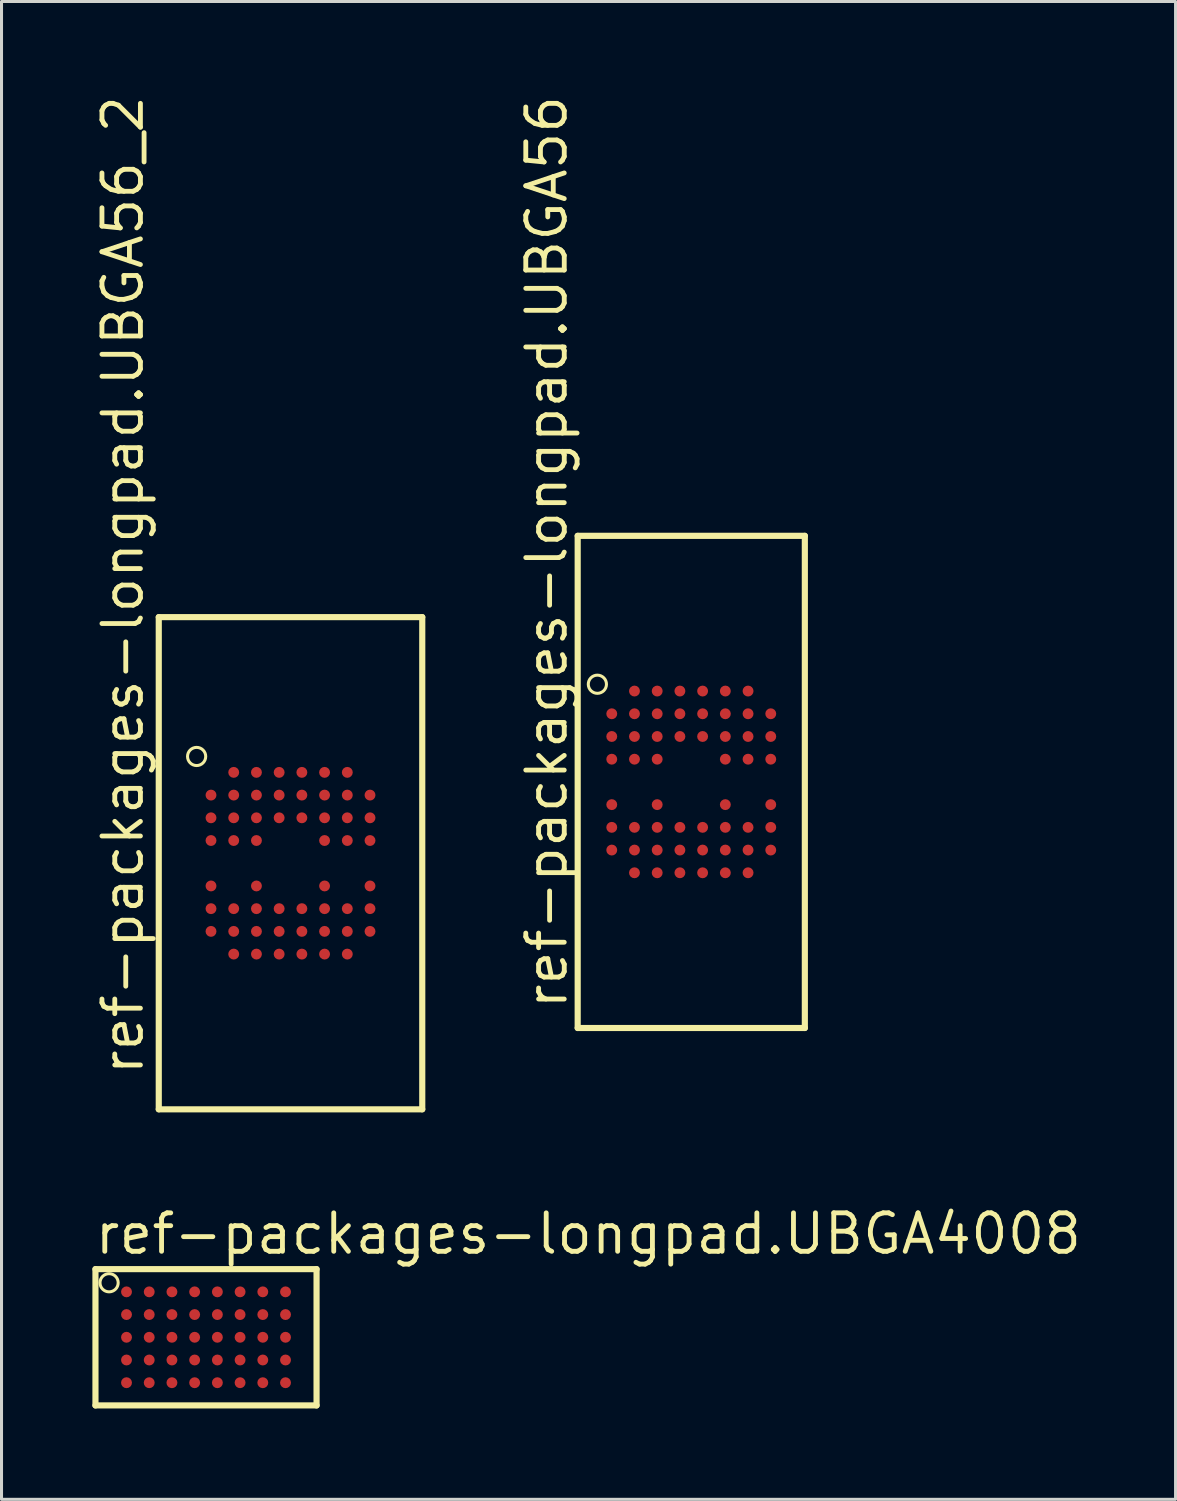
<source format=kicad_pcb>
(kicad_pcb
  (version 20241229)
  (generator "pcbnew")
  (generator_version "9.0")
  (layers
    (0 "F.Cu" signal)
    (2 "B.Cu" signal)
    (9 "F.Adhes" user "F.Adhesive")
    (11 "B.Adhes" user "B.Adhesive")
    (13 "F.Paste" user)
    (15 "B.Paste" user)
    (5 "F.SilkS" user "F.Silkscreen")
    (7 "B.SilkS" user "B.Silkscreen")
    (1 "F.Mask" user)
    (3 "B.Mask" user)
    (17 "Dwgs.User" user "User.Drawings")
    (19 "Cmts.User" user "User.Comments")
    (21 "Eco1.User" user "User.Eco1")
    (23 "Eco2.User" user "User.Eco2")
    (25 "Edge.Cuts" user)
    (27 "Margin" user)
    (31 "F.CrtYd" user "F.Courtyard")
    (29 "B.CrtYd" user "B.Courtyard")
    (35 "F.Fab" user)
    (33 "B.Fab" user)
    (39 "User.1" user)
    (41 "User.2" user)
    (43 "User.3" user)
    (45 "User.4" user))
  (footprint "ref-packages-longpad.UBGA56_2"
    (layer "F.Cu")
    (at 6.542 25.452)
    (property "Reference" "ref-packages-longpad.UBGA56_2" (at -4.792 7.068 90) (layer "F.SilkS") (effects (font (size 1.27 1.27) (thickness 0.16)) (justify left bottom)))
    (attr smd)
    (fp_line (start -4.35 -8.125) (end -4.35 8.125) (stroke (width 0.203) (type default)) (layer "F.SilkS"))
    (fp_line (start -4.35 8.125) (end 4.35 8.125) (stroke (width 0.203) (type default)) (layer "F.SilkS"))
    (fp_line (start 4.35 -8.125) (end -4.35 -8.125) (stroke (width 0.203) (type default)) (layer "F.SilkS"))
    (fp_line (start 4.35 8.125) (end 4.35 -8.125) (stroke (width 0.203) (type default)) (layer "F.SilkS"))
    (fp_circle (center -3.1 -3.525) (end -2.8 -3.525) (stroke (width 0.1) (type default)) (fill no) (layer "F.SilkS"))
    (pad "A2" smd roundrect (at -1.875 -3) (size 0.36 0.36) (layers "F.Cu" "F.Mask" "F.Paste") (roundrect_rratio 0.5))
    (pad "A3" smd roundrect (at -1.125 -3) (size 0.36 0.36) (layers "F.Cu" "F.Mask" "F.Paste") (roundrect_rratio 0.5))
    (pad "A4" smd roundrect (at -0.375 -3) (size 0.36 0.36) (layers "F.Cu" "F.Mask" "F.Paste") (roundrect_rratio 0.5))
    (pad "A5" smd roundrect (at 0.375 -3) (size 0.36 0.36) (layers "F.Cu" "F.Mask" "F.Paste") (roundrect_rratio 0.5))
    (pad "A6" smd roundrect (at 1.125 -3) (size 0.36 0.36) (layers "F.Cu" "F.Mask" "F.Paste") (roundrect_rratio 0.5))
    (pad "A7" smd roundrect (at 1.875 -3) (size 0.36 0.36) (layers "F.Cu" "F.Mask" "F.Paste") (roundrect_rratio 0.5))
    (pad "B1" smd roundrect (at -2.625 -2.25) (size 0.36 0.36) (layers "F.Cu" "F.Mask" "F.Paste") (roundrect_rratio 0.5))
    (pad "B2" smd roundrect (at -1.875 -2.25) (size 0.36 0.36) (layers "F.Cu" "F.Mask" "F.Paste") (roundrect_rratio 0.5))
    (pad "B3" smd roundrect (at -1.125 -2.25) (size 0.36 0.36) (layers "F.Cu" "F.Mask" "F.Paste") (roundrect_rratio 0.5))
    (pad "B4" smd roundrect (at -0.375 -2.25) (size 0.36 0.36) (layers "F.Cu" "F.Mask" "F.Paste") (roundrect_rratio 0.5))
    (pad "B5" smd roundrect (at 0.375 -2.25) (size 0.36 0.36) (layers "F.Cu" "F.Mask" "F.Paste") (roundrect_rratio 0.5))
    (pad "B6" smd roundrect (at 1.125 -2.25) (size 0.36 0.36) (layers "F.Cu" "F.Mask" "F.Paste") (roundrect_rratio 0.5))
    (pad "B7" smd roundrect (at 1.875 -2.25) (size 0.36 0.36) (layers "F.Cu" "F.Mask" "F.Paste") (roundrect_rratio 0.5))
    (pad "B8" smd roundrect (at 2.625 -2.25) (size 0.36 0.36) (layers "F.Cu" "F.Mask" "F.Paste") (roundrect_rratio 0.5))
    (pad "C1" smd roundrect (at -2.625 -1.5) (size 0.36 0.36) (layers "F.Cu" "F.Mask" "F.Paste") (roundrect_rratio 0.5))
    (pad "C2" smd roundrect (at -1.875 -1.5) (size 0.36 0.36) (layers "F.Cu" "F.Mask" "F.Paste") (roundrect_rratio 0.5))
    (pad "C3" smd roundrect (at -1.125 -1.5) (size 0.36 0.36) (layers "F.Cu" "F.Mask" "F.Paste") (roundrect_rratio 0.5))
    (pad "C4" smd roundrect (at -0.375 -1.5) (size 0.36 0.36) (layers "F.Cu" "F.Mask" "F.Paste") (roundrect_rratio 0.5))
    (pad "C5" smd roundrect (at 0.375 -1.5) (size 0.36 0.36) (layers "F.Cu" "F.Mask" "F.Paste") (roundrect_rratio 0.5))
    (pad "C6" smd roundrect (at 1.125 -1.5) (size 0.36 0.36) (layers "F.Cu" "F.Mask" "F.Paste") (roundrect_rratio 0.5))
    (pad "C7" smd roundrect (at 1.875 -1.5) (size 0.36 0.36) (layers "F.Cu" "F.Mask" "F.Paste") (roundrect_rratio 0.5))
    (pad "C8" smd roundrect (at 2.625 -1.5) (size 0.36 0.36) (layers "F.Cu" "F.Mask" "F.Paste") (roundrect_rratio 0.5))
    (pad "D1" smd roundrect (at -2.625 -0.75) (size 0.36 0.36) (layers "F.Cu" "F.Mask" "F.Paste") (roundrect_rratio 0.5))
    (pad "D2" smd roundrect (at -1.875 -0.75) (size 0.36 0.36) (layers "F.Cu" "F.Mask" "F.Paste") (roundrect_rratio 0.5))
    (pad "D3" smd roundrect (at -1.125 -0.75) (size 0.36 0.36) (layers "F.Cu" "F.Mask" "F.Paste") (roundrect_rratio 0.5))
    (pad "D6" smd roundrect (at 1.125 -0.75) (size 0.36 0.36) (layers "F.Cu" "F.Mask" "F.Paste") (roundrect_rratio 0.5))
    (pad "D7" smd roundrect (at 1.875 -0.75) (size 0.36 0.36) (layers "F.Cu" "F.Mask" "F.Paste") (roundrect_rratio 0.5))
    (pad "D8" smd roundrect (at 2.625 -0.75) (size 0.36 0.36) (layers "F.Cu" "F.Mask" "F.Paste") (roundrect_rratio 0.5))
    (pad "F1" smd roundrect (at -2.625 0.75) (size 0.36 0.36) (layers "F.Cu" "F.Mask" "F.Paste") (roundrect_rratio 0.5))
    (pad "F3" smd roundrect (at -1.125 0.75) (size 0.36 0.36) (layers "F.Cu" "F.Mask" "F.Paste") (roundrect_rratio 0.5))
    (pad "F6" smd roundrect (at 1.125 0.75) (size 0.36 0.36) (layers "F.Cu" "F.Mask" "F.Paste") (roundrect_rratio 0.5))
    (pad "F8" smd roundrect (at 2.625 0.75) (size 0.36 0.36) (layers "F.Cu" "F.Mask" "F.Paste") (roundrect_rratio 0.5))
    (pad "G1" smd roundrect (at -2.625 1.5) (size 0.36 0.36) (layers "F.Cu" "F.Mask" "F.Paste") (roundrect_rratio 0.5))
    (pad "G2" smd roundrect (at -1.875 1.5) (size 0.36 0.36) (layers "F.Cu" "F.Mask" "F.Paste") (roundrect_rratio 0.5))
    (pad "G3" smd roundrect (at -1.125 1.5) (size 0.36 0.36) (layers "F.Cu" "F.Mask" "F.Paste") (roundrect_rratio 0.5))
    (pad "G4" smd roundrect (at -0.375 1.5) (size 0.36 0.36) (layers "F.Cu" "F.Mask" "F.Paste") (roundrect_rratio 0.5))
    (pad "G5" smd roundrect (at 0.375 1.5) (size 0.36 0.36) (layers "F.Cu" "F.Mask" "F.Paste") (roundrect_rratio 0.5))
    (pad "G6" smd roundrect (at 1.125 1.5) (size 0.36 0.36) (layers "F.Cu" "F.Mask" "F.Paste") (roundrect_rratio 0.5))
    (pad "G7" smd roundrect (at 1.875 1.5) (size 0.36 0.36) (layers "F.Cu" "F.Mask" "F.Paste") (roundrect_rratio 0.5))
    (pad "G8" smd roundrect (at 2.625 1.5) (size 0.36 0.36) (layers "F.Cu" "F.Mask" "F.Paste") (roundrect_rratio 0.5))
    (pad "H1" smd roundrect (at -2.625 2.25) (size 0.36 0.36) (layers "F.Cu" "F.Mask" "F.Paste") (roundrect_rratio 0.5))
    (pad "H2" smd roundrect (at -1.875 2.25) (size 0.36 0.36) (layers "F.Cu" "F.Mask" "F.Paste") (roundrect_rratio 0.5))
    (pad "H3" smd roundrect (at -1.125 2.25) (size 0.36 0.36) (layers "F.Cu" "F.Mask" "F.Paste") (roundrect_rratio 0.5))
    (pad "H4" smd roundrect (at -0.375 2.25) (size 0.36 0.36) (layers "F.Cu" "F.Mask" "F.Paste") (roundrect_rratio 0.5))
    (pad "H5" smd roundrect (at 0.375 2.25) (size 0.36 0.36) (layers "F.Cu" "F.Mask" "F.Paste") (roundrect_rratio 0.5))
    (pad "H6" smd roundrect (at 1.125 2.25) (size 0.36 0.36) (layers "F.Cu" "F.Mask" "F.Paste") (roundrect_rratio 0.5))
    (pad "H7" smd roundrect (at 1.875 2.25) (size 0.36 0.36) (layers "F.Cu" "F.Mask" "F.Paste") (roundrect_rratio 0.5))
    (pad "H8" smd roundrect (at 2.625 2.25) (size 0.36 0.36) (layers "F.Cu" "F.Mask" "F.Paste") (roundrect_rratio 0.5))
    (pad "I2" smd roundrect (at -1.875 3) (size 0.36 0.36) (layers "F.Cu" "F.Mask" "F.Paste") (roundrect_rratio 0.5))
    (pad "I3" smd roundrect (at -1.125 3) (size 0.36 0.36) (layers "F.Cu" "F.Mask" "F.Paste") (roundrect_rratio 0.5))
    (pad "I4" smd roundrect (at -0.375 3) (size 0.36 0.36) (layers "F.Cu" "F.Mask" "F.Paste") (roundrect_rratio 0.5))
    (pad "I5" smd roundrect (at 0.375 3) (size 0.36 0.36) (layers "F.Cu" "F.Mask" "F.Paste") (roundrect_rratio 0.5))
    (pad "I6" smd roundrect (at 1.125 3) (size 0.36 0.36) (layers "F.Cu" "F.Mask" "F.Paste") (roundrect_rratio 0.5))
    (pad "I7" smd roundrect (at 1.875 3) (size 0.36 0.36) (layers "F.Cu" "F.Mask" "F.Paste") (roundrect_rratio 0.5)))
  (footprint "ref-packages-longpad.UBGA56"
    (layer "F.Cu")
    (at 19.774 22.767)
    (property "Reference" "ref-packages-longpad.UBGA56" (at -4.03 7.576 90) (layer "F.SilkS") (effects (font (size 1.27 1.27) (thickness 0.16)) (justify left bottom)))
    (attr smd)
    (fp_line (start -3.75 -8.125) (end -3.75 8.125) (stroke (width 0.203) (type default)) (layer "F.SilkS"))
    (fp_line (start -3.75 8.125) (end 3.75 8.125) (stroke (width 0.203) (type default)) (layer "F.SilkS"))
    (fp_line (start 3.75 -8.125) (end -3.75 -8.125) (stroke (width 0.203) (type default)) (layer "F.SilkS"))
    (fp_line (start 3.75 8.125) (end 3.75 -8.125) (stroke (width 0.203) (type default)) (layer "F.SilkS"))
    (fp_circle (center -3.1 -3.225) (end -2.8 -3.225) (stroke (width 0.1) (type default)) (fill no) (layer "F.SilkS"))
    (pad "A2" smd roundrect (at -1.875 -3) (size 0.36 0.36) (layers "F.Cu" "F.Mask" "F.Paste") (roundrect_rratio 0.5))
    (pad "A3" smd roundrect (at -1.125 -3) (size 0.36 0.36) (layers "F.Cu" "F.Mask" "F.Paste") (roundrect_rratio 0.5))
    (pad "A4" smd roundrect (at -0.375 -3) (size 0.36 0.36) (layers "F.Cu" "F.Mask" "F.Paste") (roundrect_rratio 0.5))
    (pad "A5" smd roundrect (at 0.375 -3) (size 0.36 0.36) (layers "F.Cu" "F.Mask" "F.Paste") (roundrect_rratio 0.5))
    (pad "A6" smd roundrect (at 1.125 -3) (size 0.36 0.36) (layers "F.Cu" "F.Mask" "F.Paste") (roundrect_rratio 0.5))
    (pad "A7" smd roundrect (at 1.875 -3) (size 0.36 0.36) (layers "F.Cu" "F.Mask" "F.Paste") (roundrect_rratio 0.5))
    (pad "B1" smd roundrect (at -2.625 -2.25) (size 0.36 0.36) (layers "F.Cu" "F.Mask" "F.Paste") (roundrect_rratio 0.5))
    (pad "B2" smd roundrect (at -1.875 -2.25) (size 0.36 0.36) (layers "F.Cu" "F.Mask" "F.Paste") (roundrect_rratio 0.5))
    (pad "B3" smd roundrect (at -1.125 -2.25) (size 0.36 0.36) (layers "F.Cu" "F.Mask" "F.Paste") (roundrect_rratio 0.5))
    (pad "B4" smd roundrect (at -0.375 -2.25) (size 0.36 0.36) (layers "F.Cu" "F.Mask" "F.Paste") (roundrect_rratio 0.5))
    (pad "B5" smd roundrect (at 0.375 -2.25) (size 0.36 0.36) (layers "F.Cu" "F.Mask" "F.Paste") (roundrect_rratio 0.5))
    (pad "B6" smd roundrect (at 1.125 -2.25) (size 0.36 0.36) (layers "F.Cu" "F.Mask" "F.Paste") (roundrect_rratio 0.5))
    (pad "B7" smd roundrect (at 1.875 -2.25) (size 0.36 0.36) (layers "F.Cu" "F.Mask" "F.Paste") (roundrect_rratio 0.5))
    (pad "B8" smd roundrect (at 2.625 -2.25) (size 0.36 0.36) (layers "F.Cu" "F.Mask" "F.Paste") (roundrect_rratio 0.5))
    (pad "C1" smd roundrect (at -2.625 -1.5) (size 0.36 0.36) (layers "F.Cu" "F.Mask" "F.Paste") (roundrect_rratio 0.5))
    (pad "C2" smd roundrect (at -1.875 -1.5) (size 0.36 0.36) (layers "F.Cu" "F.Mask" "F.Paste") (roundrect_rratio 0.5))
    (pad "C3" smd roundrect (at -1.125 -1.5) (size 0.36 0.36) (layers "F.Cu" "F.Mask" "F.Paste") (roundrect_rratio 0.5))
    (pad "C4" smd roundrect (at -0.375 -1.5) (size 0.36 0.36) (layers "F.Cu" "F.Mask" "F.Paste") (roundrect_rratio 0.5))
    (pad "C5" smd roundrect (at 0.375 -1.5) (size 0.36 0.36) (layers "F.Cu" "F.Mask" "F.Paste") (roundrect_rratio 0.5))
    (pad "C6" smd roundrect (at 1.125 -1.5) (size 0.36 0.36) (layers "F.Cu" "F.Mask" "F.Paste") (roundrect_rratio 0.5))
    (pad "C7" smd roundrect (at 1.875 -1.5) (size 0.36 0.36) (layers "F.Cu" "F.Mask" "F.Paste") (roundrect_rratio 0.5))
    (pad "C8" smd roundrect (at 2.625 -1.5) (size 0.36 0.36) (layers "F.Cu" "F.Mask" "F.Paste") (roundrect_rratio 0.5))
    (pad "D1" smd roundrect (at -2.625 -0.75) (size 0.36 0.36) (layers "F.Cu" "F.Mask" "F.Paste") (roundrect_rratio 0.5))
    (pad "D2" smd roundrect (at -1.875 -0.75) (size 0.36 0.36) (layers "F.Cu" "F.Mask" "F.Paste") (roundrect_rratio 0.5))
    (pad "D3" smd roundrect (at -1.125 -0.75) (size 0.36 0.36) (layers "F.Cu" "F.Mask" "F.Paste") (roundrect_rratio 0.5))
    (pad "D6" smd roundrect (at 1.125 -0.75) (size 0.36 0.36) (layers "F.Cu" "F.Mask" "F.Paste") (roundrect_rratio 0.5))
    (pad "D7" smd roundrect (at 1.875 -0.75) (size 0.36 0.36) (layers "F.Cu" "F.Mask" "F.Paste") (roundrect_rratio 0.5))
    (pad "D8" smd roundrect (at 2.625 -0.75) (size 0.36 0.36) (layers "F.Cu" "F.Mask" "F.Paste") (roundrect_rratio 0.5))
    (pad "F1" smd roundrect (at -2.625 0.75) (size 0.36 0.36) (layers "F.Cu" "F.Mask" "F.Paste") (roundrect_rratio 0.5))
    (pad "F3" smd roundrect (at -1.125 0.75) (size 0.36 0.36) (layers "F.Cu" "F.Mask" "F.Paste") (roundrect_rratio 0.5))
    (pad "F6" smd roundrect (at 1.125 0.75) (size 0.36 0.36) (layers "F.Cu" "F.Mask" "F.Paste") (roundrect_rratio 0.5))
    (pad "F8" smd roundrect (at 2.625 0.75) (size 0.36 0.36) (layers "F.Cu" "F.Mask" "F.Paste") (roundrect_rratio 0.5))
    (pad "G1" smd roundrect (at -2.625 1.5) (size 0.36 0.36) (layers "F.Cu" "F.Mask" "F.Paste") (roundrect_rratio 0.5))
    (pad "G2" smd roundrect (at -1.875 1.5) (size 0.36 0.36) (layers "F.Cu" "F.Mask" "F.Paste") (roundrect_rratio 0.5))
    (pad "G3" smd roundrect (at -1.125 1.5) (size 0.36 0.36) (layers "F.Cu" "F.Mask" "F.Paste") (roundrect_rratio 0.5))
    (pad "G4" smd roundrect (at -0.375 1.5) (size 0.36 0.36) (layers "F.Cu" "F.Mask" "F.Paste") (roundrect_rratio 0.5))
    (pad "G5" smd roundrect (at 0.375 1.5) (size 0.36 0.36) (layers "F.Cu" "F.Mask" "F.Paste") (roundrect_rratio 0.5))
    (pad "G6" smd roundrect (at 1.125 1.5) (size 0.36 0.36) (layers "F.Cu" "F.Mask" "F.Paste") (roundrect_rratio 0.5))
    (pad "G7" smd roundrect (at 1.875 1.5) (size 0.36 0.36) (layers "F.Cu" "F.Mask" "F.Paste") (roundrect_rratio 0.5))
    (pad "G8" smd roundrect (at 2.625 1.5) (size 0.36 0.36) (layers "F.Cu" "F.Mask" "F.Paste") (roundrect_rratio 0.5))
    (pad "H1" smd roundrect (at -2.625 2.25) (size 0.36 0.36) (layers "F.Cu" "F.Mask" "F.Paste") (roundrect_rratio 0.5))
    (pad "H2" smd roundrect (at -1.875 2.25) (size 0.36 0.36) (layers "F.Cu" "F.Mask" "F.Paste") (roundrect_rratio 0.5))
    (pad "H3" smd roundrect (at -1.125 2.25) (size 0.36 0.36) (layers "F.Cu" "F.Mask" "F.Paste") (roundrect_rratio 0.5))
    (pad "H4" smd roundrect (at -0.375 2.25) (size 0.36 0.36) (layers "F.Cu" "F.Mask" "F.Paste") (roundrect_rratio 0.5))
    (pad "H5" smd roundrect (at 0.375 2.25) (size 0.36 0.36) (layers "F.Cu" "F.Mask" "F.Paste") (roundrect_rratio 0.5))
    (pad "H6" smd roundrect (at 1.125 2.25) (size 0.36 0.36) (layers "F.Cu" "F.Mask" "F.Paste") (roundrect_rratio 0.5))
    (pad "H7" smd roundrect (at 1.875 2.25) (size 0.36 0.36) (layers "F.Cu" "F.Mask" "F.Paste") (roundrect_rratio 0.5))
    (pad "H8" smd roundrect (at 2.625 2.25) (size 0.36 0.36) (layers "F.Cu" "F.Mask" "F.Paste") (roundrect_rratio 0.5))
    (pad "I2" smd roundrect (at -1.875 3) (size 0.36 0.36) (layers "F.Cu" "F.Mask" "F.Paste") (roundrect_rratio 0.5))
    (pad "I3" smd roundrect (at -1.125 3) (size 0.36 0.36) (layers "F.Cu" "F.Mask" "F.Paste") (roundrect_rratio 0.5))
    (pad "I4" smd roundrect (at -0.375 3) (size 0.36 0.36) (layers "F.Cu" "F.Mask" "F.Paste") (roundrect_rratio 0.5))
    (pad "I5" smd roundrect (at 0.375 3) (size 0.36 0.36) (layers "F.Cu" "F.Mask" "F.Paste") (roundrect_rratio 0.5))
    (pad "I6" smd roundrect (at 1.125 3) (size 0.36 0.36) (layers "F.Cu" "F.Mask" "F.Paste") (roundrect_rratio 0.5))
    (pad "I7" smd roundrect (at 1.875 3) (size 0.36 0.36) (layers "F.Cu" "F.Mask" "F.Paste") (roundrect_rratio 0.5)))
  (footprint "ref-packages-longpad.UBGA4008"
    (layer "F.Cu")
    (at 3.752 41.104)
    (property "Reference" "ref-packages-longpad.UBGA4008" (at -3.75 -2.675 0) (layer "F.SilkS") (effects (font (size 1.27 1.27) (thickness 0.16)) (justify left bottom)))
    (attr smd)
    (fp_line (start -3.65 -2.25) (end -3.65 2.25) (stroke (width 0.203) (type default)) (layer "F.SilkS"))
    (fp_line (start -3.65 2.25) (end 3.65 2.25) (stroke (width 0.203) (type default)) (layer "F.SilkS"))
    (fp_line (start 3.65 -2.25) (end -3.65 -2.25) (stroke (width 0.203) (type default)) (layer "F.SilkS"))
    (fp_line (start 3.65 2.25) (end 3.65 -2.25) (stroke (width 0.203) (type default)) (layer "F.SilkS"))
    (fp_circle (center -3.2 -1.8) (end -2.9 -1.8) (stroke (width 0.1) (type default)) (fill no) (layer "F.SilkS"))
    (pad "A1" smd roundrect (at -2.625 -1.5) (size 0.36 0.36) (layers "F.Cu" "F.Mask" "F.Paste") (roundrect_rratio 0.5))
    (pad "A2" smd roundrect (at -1.875 -1.5) (size 0.36 0.36) (layers "F.Cu" "F.Mask" "F.Paste") (roundrect_rratio 0.5))
    (pad "A3" smd roundrect (at -1.125 -1.5) (size 0.36 0.36) (layers "F.Cu" "F.Mask" "F.Paste") (roundrect_rratio 0.5))
    (pad "A4" smd roundrect (at -0.375 -1.5) (size 0.36 0.36) (layers "F.Cu" "F.Mask" "F.Paste") (roundrect_rratio 0.5))
    (pad "A5" smd roundrect (at 0.375 -1.5) (size 0.36 0.36) (layers "F.Cu" "F.Mask" "F.Paste") (roundrect_rratio 0.5))
    (pad "A6" smd roundrect (at 1.125 -1.5) (size 0.36 0.36) (layers "F.Cu" "F.Mask" "F.Paste") (roundrect_rratio 0.5))
    (pad "A7" smd roundrect (at 1.875 -1.5) (size 0.36 0.36) (layers "F.Cu" "F.Mask" "F.Paste") (roundrect_rratio 0.5))
    (pad "A8" smd roundrect (at 2.625 -1.5) (size 0.36 0.36) (layers "F.Cu" "F.Mask" "F.Paste") (roundrect_rratio 0.5))
    (pad "B1" smd roundrect (at -2.625 -0.75) (size 0.36 0.36) (layers "F.Cu" "F.Mask" "F.Paste") (roundrect_rratio 0.5))
    (pad "B2" smd roundrect (at -1.875 -0.75) (size 0.36 0.36) (layers "F.Cu" "F.Mask" "F.Paste") (roundrect_rratio 0.5))
    (pad "B3" smd roundrect (at -1.125 -0.75) (size 0.36 0.36) (layers "F.Cu" "F.Mask" "F.Paste") (roundrect_rratio 0.5))
    (pad "B4" smd roundrect (at -0.375 -0.75) (size 0.36 0.36) (layers "F.Cu" "F.Mask" "F.Paste") (roundrect_rratio 0.5))
    (pad "B5" smd roundrect (at 0.375 -0.75) (size 0.36 0.36) (layers "F.Cu" "F.Mask" "F.Paste") (roundrect_rratio 0.5))
    (pad "B6" smd roundrect (at 1.125 -0.75) (size 0.36 0.36) (layers "F.Cu" "F.Mask" "F.Paste") (roundrect_rratio 0.5))
    (pad "B7" smd roundrect (at 1.875 -0.75) (size 0.36 0.36) (layers "F.Cu" "F.Mask" "F.Paste") (roundrect_rratio 0.5))
    (pad "B8" smd roundrect (at 2.625 -0.75) (size 0.36 0.36) (layers "F.Cu" "F.Mask" "F.Paste") (roundrect_rratio 0.5))
    (pad "C1" smd roundrect (at -2.625 0) (size 0.36 0.36) (layers "F.Cu" "F.Mask" "F.Paste") (roundrect_rratio 0.5))
    (pad "C2" smd roundrect (at -1.875 0) (size 0.36 0.36) (layers "F.Cu" "F.Mask" "F.Paste") (roundrect_rratio 0.5))
    (pad "C3" smd roundrect (at -1.125 0) (size 0.36 0.36) (layers "F.Cu" "F.Mask" "F.Paste") (roundrect_rratio 0.5))
    (pad "C4" smd roundrect (at -0.375 0) (size 0.36 0.36) (layers "F.Cu" "F.Mask" "F.Paste") (roundrect_rratio 0.5))
    (pad "C5" smd roundrect (at 0.375 0) (size 0.36 0.36) (layers "F.Cu" "F.Mask" "F.Paste") (roundrect_rratio 0.5))
    (pad "C6" smd roundrect (at 1.125 0) (size 0.36 0.36) (layers "F.Cu" "F.Mask" "F.Paste") (roundrect_rratio 0.5))
    (pad "C7" smd roundrect (at 1.875 0) (size 0.36 0.36) (layers "F.Cu" "F.Mask" "F.Paste") (roundrect_rratio 0.5))
    (pad "C8" smd roundrect (at 2.625 0) (size 0.36 0.36) (layers "F.Cu" "F.Mask" "F.Paste") (roundrect_rratio 0.5))
    (pad "D1" smd roundrect (at -2.625 0.75) (size 0.36 0.36) (layers "F.Cu" "F.Mask" "F.Paste") (roundrect_rratio 0.5))
    (pad "D2" smd roundrect (at -1.875 0.75) (size 0.36 0.36) (layers "F.Cu" "F.Mask" "F.Paste") (roundrect_rratio 0.5))
    (pad "D3" smd roundrect (at -1.125 0.75) (size 0.36 0.36) (layers "F.Cu" "F.Mask" "F.Paste") (roundrect_rratio 0.5))
    (pad "D4" smd roundrect (at -0.375 0.75) (size 0.36 0.36) (layers "F.Cu" "F.Mask" "F.Paste") (roundrect_rratio 0.5))
    (pad "D5" smd roundrect (at 0.375 0.75) (size 0.36 0.36) (layers "F.Cu" "F.Mask" "F.Paste") (roundrect_rratio 0.5))
    (pad "D6" smd roundrect (at 1.125 0.75) (size 0.36 0.36) (layers "F.Cu" "F.Mask" "F.Paste") (roundrect_rratio 0.5))
    (pad "D7" smd roundrect (at 1.875 0.75) (size 0.36 0.36) (layers "F.Cu" "F.Mask" "F.Paste") (roundrect_rratio 0.5))
    (pad "D8" smd roundrect (at 2.625 0.75) (size 0.36 0.36) (layers "F.Cu" "F.Mask" "F.Paste") (roundrect_rratio 0.5))
    (pad "E1" smd roundrect (at -2.625 1.5) (size 0.36 0.36) (layers "F.Cu" "F.Mask" "F.Paste") (roundrect_rratio 0.5))
    (pad "E2" smd roundrect (at -1.875 1.5) (size 0.36 0.36) (layers "F.Cu" "F.Mask" "F.Paste") (roundrect_rratio 0.5))
    (pad "E3" smd roundrect (at -1.125 1.5) (size 0.36 0.36) (layers "F.Cu" "F.Mask" "F.Paste") (roundrect_rratio 0.5))
    (pad "E4" smd roundrect (at -0.375 1.5) (size 0.36 0.36) (layers "F.Cu" "F.Mask" "F.Paste") (roundrect_rratio 0.5))
    (pad "E5" smd roundrect (at 0.375 1.5) (size 0.36 0.36) (layers "F.Cu" "F.Mask" "F.Paste") (roundrect_rratio 0.5))
    (pad "E6" smd roundrect (at 1.125 1.5) (size 0.36 0.36) (layers "F.Cu" "F.Mask" "F.Paste") (roundrect_rratio 0.5))
    (pad "E7" smd roundrect (at 1.875 1.5) (size 0.36 0.36) (layers "F.Cu" "F.Mask" "F.Paste") (roundrect_rratio 0.5))
    (pad "E8" smd roundrect (at 2.625 1.5) (size 0.36 0.36) (layers "F.Cu" "F.Mask" "F.Paste") (roundrect_rratio 0.5)))
  (gr_rect
    (start -3 -3)
    (end 35.764 46.455)
    (stroke (width 0.1) (type default))
    (fill no)
    (layer "Edge.Cuts")))
</source>
